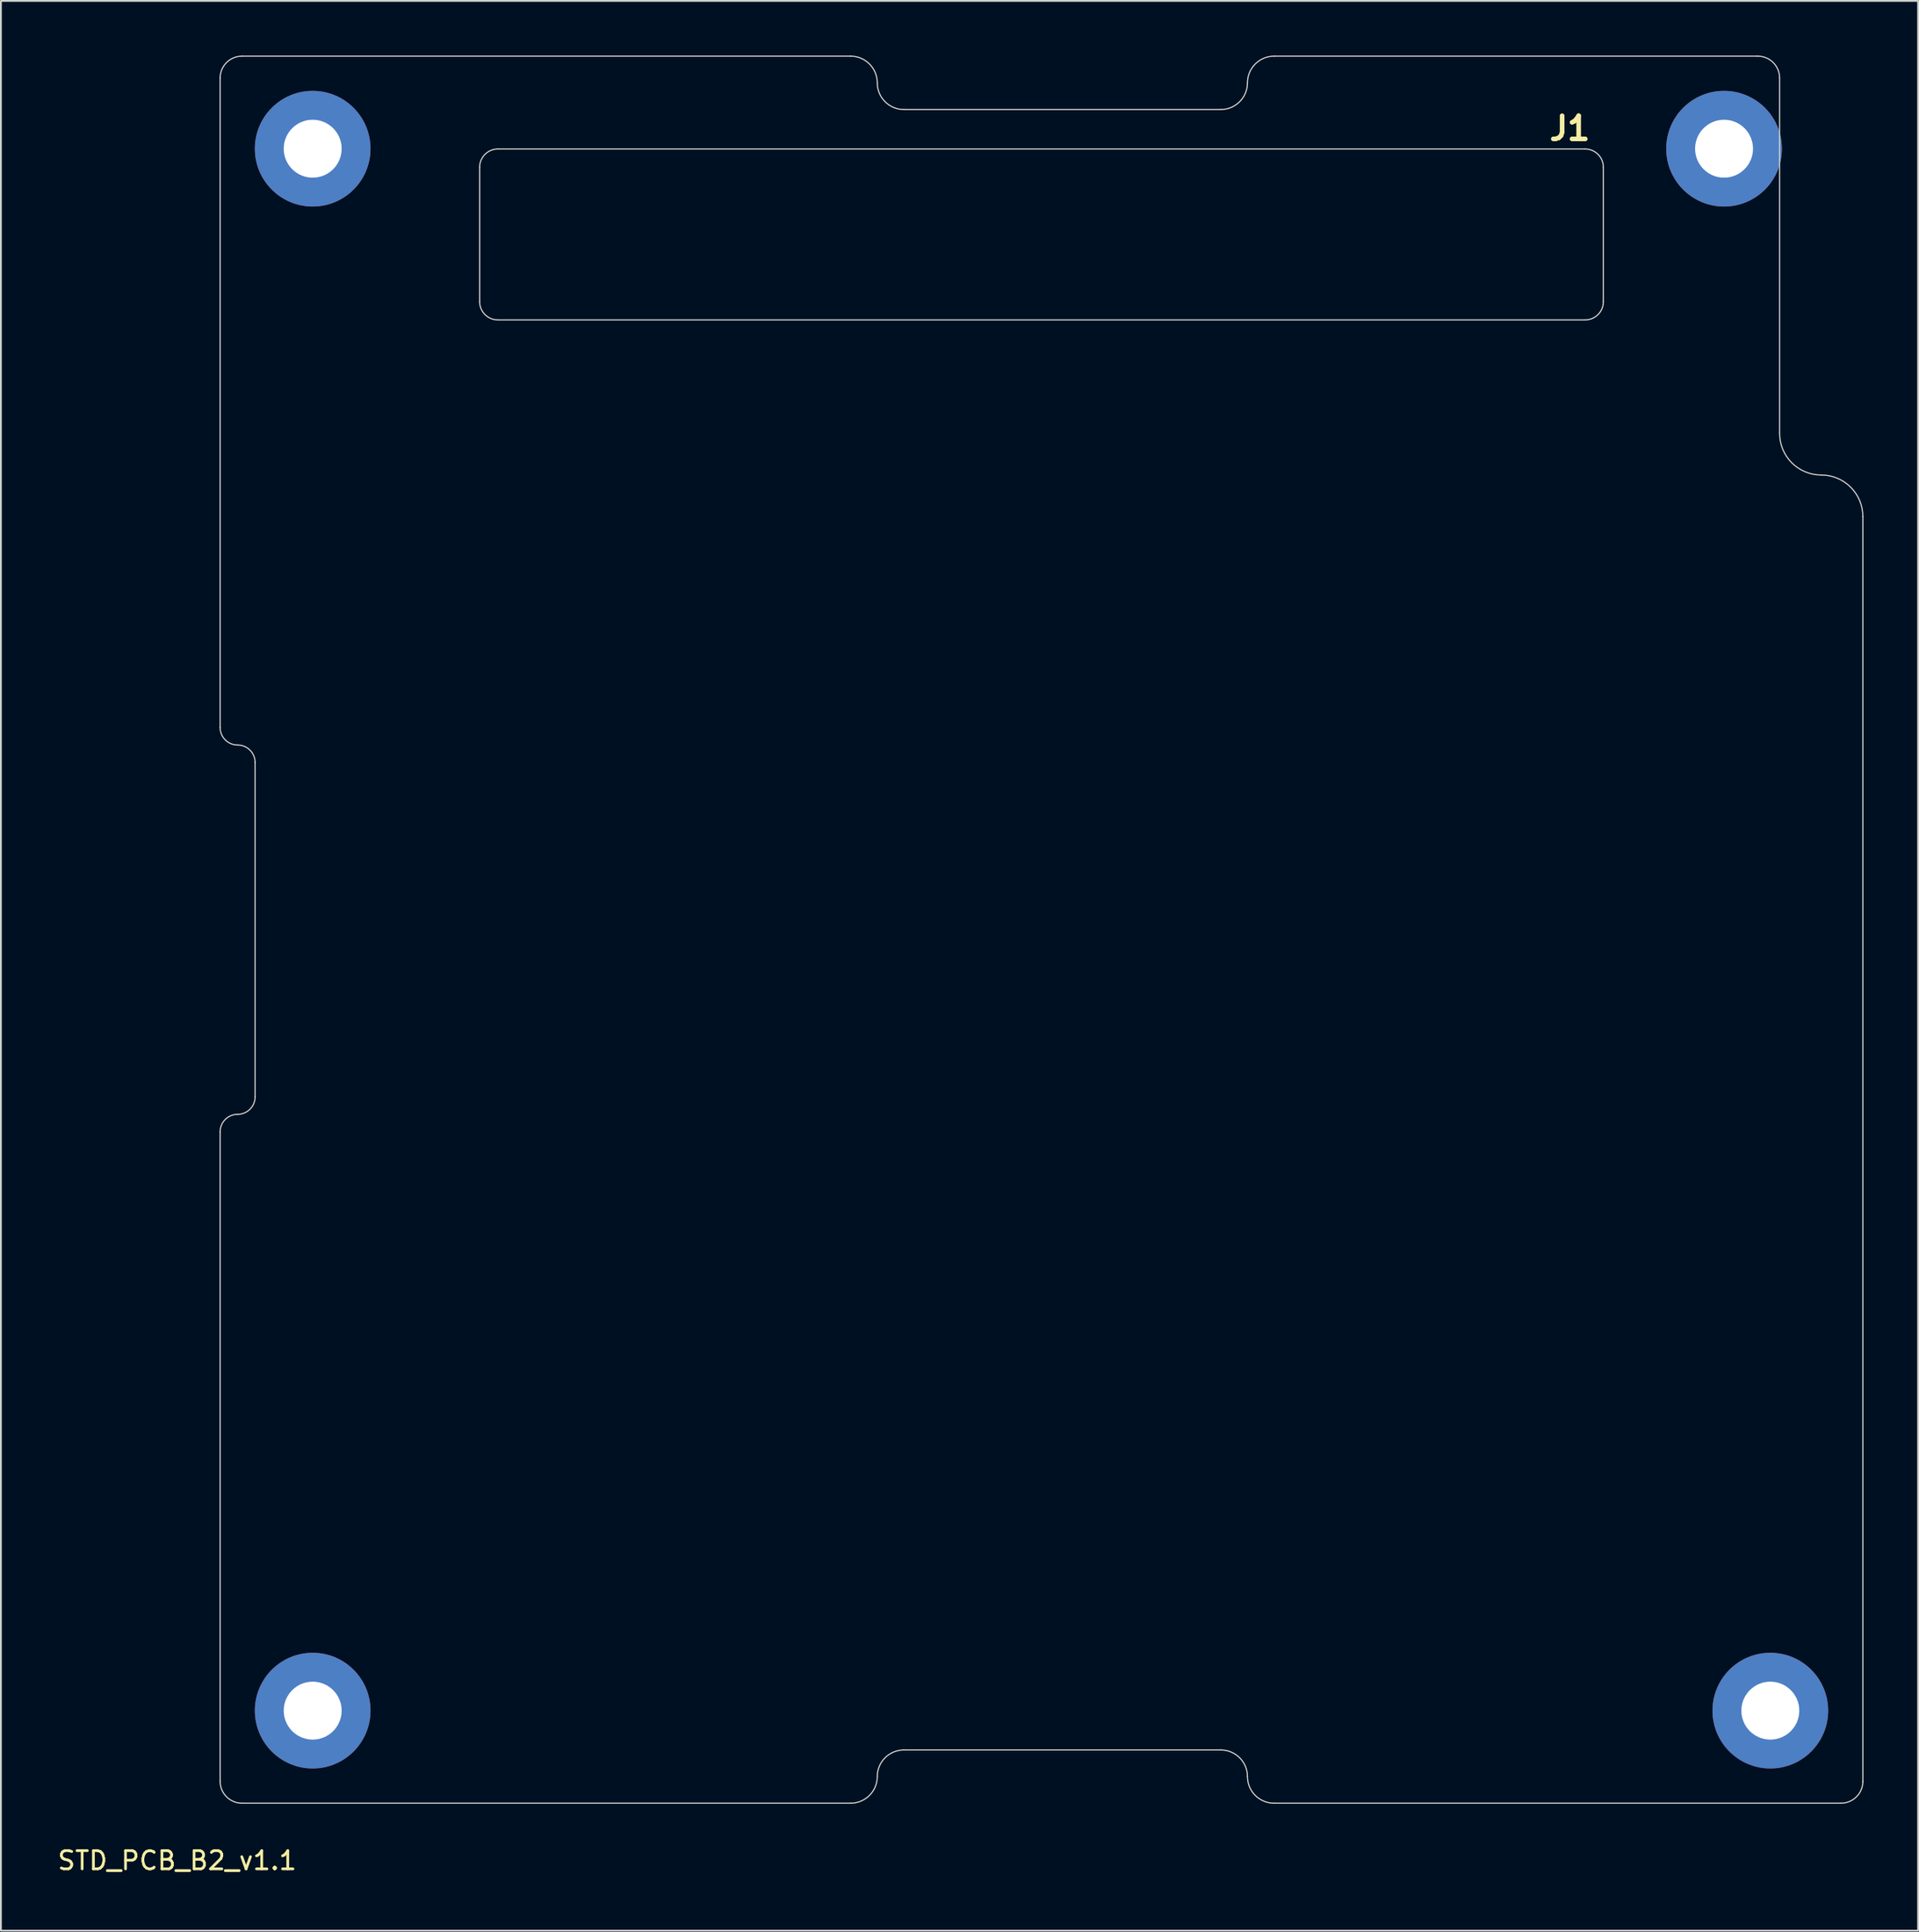
<source format=kicad_pcb>
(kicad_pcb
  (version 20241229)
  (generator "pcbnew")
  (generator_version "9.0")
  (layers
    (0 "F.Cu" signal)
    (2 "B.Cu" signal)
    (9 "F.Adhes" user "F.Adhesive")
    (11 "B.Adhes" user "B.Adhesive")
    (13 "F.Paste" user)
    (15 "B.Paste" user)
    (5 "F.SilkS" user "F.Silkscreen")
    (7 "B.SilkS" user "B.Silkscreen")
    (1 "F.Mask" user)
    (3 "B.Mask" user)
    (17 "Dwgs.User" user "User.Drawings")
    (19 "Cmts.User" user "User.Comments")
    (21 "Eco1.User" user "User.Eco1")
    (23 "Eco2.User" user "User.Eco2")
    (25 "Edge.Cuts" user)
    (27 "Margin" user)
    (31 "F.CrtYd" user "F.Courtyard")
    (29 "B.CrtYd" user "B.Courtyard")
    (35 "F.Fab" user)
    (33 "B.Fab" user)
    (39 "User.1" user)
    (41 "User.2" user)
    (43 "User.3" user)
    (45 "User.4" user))
  (footprint "STD_PCB_B2_v1.1"
    (layer "F.Cu")
    (at 9.033 95.922)
    (property "Reference" "STD_PCB_B2_v1.1" (at -2.36 3.15 0) (layer "F.SilkS") (effects (font (size 1 1) (thickness 0.15))))
    (attr through_hole)
    (fp_line (start 0 -59.04) (end 0 -94.69) (stroke (width 0.064) (type solid)) (layer "Edge.Cuts"))
    (fp_line (start 0 -1.2) (end 0 -36.85) (stroke (width 0.064) (type solid)) (layer "Edge.Cuts"))
    (fp_line (start 1.2 -95.89) (end 34.605 -95.89) (stroke (width 0.064) (type solid)) (layer "Edge.Cuts"))
    (fp_line (start 1.2 0) (end 34.61 0) (stroke (width 0.064) (type solid)) (layer "Edge.Cuts"))
    (fp_line (start 1.92 -38.77) (end 1.92 -57.12) (stroke (width 0.064) (type solid)) (layer "Edge.Cuts"))
    (fp_line (start 14.245 -89.793) (end 14.245 -82.413) (stroke (width 0.064) (type solid)) (layer "Edge.Cuts"))
    (fp_line (start 15.245 -81.413) (end 74.925 -81.413) (stroke (width 0.064) (type solid)) (layer "Edge.Cuts"))
    (fp_line (start 37.53 -2.92) (end 54.93 -2.92) (stroke (width 0.064) (type solid)) (layer "Edge.Cuts"))
    (fp_line (start 37.535 -92.96) (end 54.925 -92.96) (stroke (width 0.064) (type solid)) (layer "Edge.Cuts"))
    (fp_line (start 57.85 0) (end 88.97 0) (stroke (width 0.064) (type solid)) (layer "Edge.Cuts"))
    (fp_line (start 57.855 -95.89) (end 84.4 -95.89) (stroke (width 0.064) (type solid)) (layer "Edge.Cuts"))
    (fp_line (start 74.925 -90.793) (end 15.245 -90.793) (stroke (width 0.064) (type solid)) (layer "Edge.Cuts"))
    (fp_line (start 75.925 -82.413) (end 75.925 -89.793) (stroke (width 0.064) (type solid)) (layer "Edge.Cuts"))
    (fp_line (start 85.6 -75.185) (end 85.6 -94.69) (stroke (width 0.064) (type solid)) (layer "Edge.Cuts"))
    (fp_line (start 90.17 -1.2) (end 90.17 -70.615) (stroke (width 0.064) (type solid)) (layer "Edge.Cuts"))
    (fp_arc (start 0 -94.69) (mid 0.351472 -95.538528) (end 1.2 -95.89) (stroke (width 0.0635) (type solid)) (layer "Edge.Cuts"))
    (fp_arc (start 0 -36.85) (mid 0.281177 -37.528823) (end 0.96 -37.81) (stroke (width 0.0635) (type solid)) (layer "Edge.Cuts"))
    (fp_arc (start 0.96 -58.08) (mid 0.281177 -58.361177) (end 0 -59.04) (stroke (width 0.0635) (type solid)) (layer "Edge.Cuts"))
    (fp_arc (start 0.96 -58.08) (mid 1.638823 -57.798823) (end 1.92 -57.12) (stroke (width 0.0635) (type solid)) (layer "Edge.Cuts"))
    (fp_arc (start 1.2 0) (mid 0.351472 -0.351472) (end 0 -1.2) (stroke (width 0.0635) (type solid)) (layer "Edge.Cuts"))
    (fp_arc (start 1.92 -38.77) (mid 1.638823 -38.091177) (end 0.96 -37.81) (stroke (width 0.0635) (type solid)) (layer "Edge.Cuts"))
    (fp_arc (start 14.245 -89.793) (mid 14.537893 -90.500107) (end 15.245 -90.793) (stroke (width 0.0635) (type solid)) (layer "Edge.Cuts"))
    (fp_arc (start 15.245 -81.413) (mid 14.537893 -81.705893) (end 14.245 -82.413) (stroke (width 0.0635) (type solid)) (layer "Edge.Cuts"))
    (fp_arc (start 34.605 -95.89) (mid 35.640911 -95.460911) (end 36.07 -94.425) (stroke (width 0.0635) (type solid)) (layer "Edge.Cuts"))
    (fp_arc (start 36.07 -1.46) (mid 35.642376 -0.427624) (end 34.61 0) (stroke (width 0.0635) (type solid)) (layer "Edge.Cuts"))
    (fp_arc (start 36.07 -1.46) (mid 36.497624 -2.492376) (end 37.53 -2.92) (stroke (width 0.0635) (type solid)) (layer "Edge.Cuts"))
    (fp_arc (start 37.535 -92.96) (mid 36.499089 -93.389089) (end 36.07 -94.425) (stroke (width 0.0635) (type solid)) (layer "Edge.Cuts"))
    (fp_arc (start 54.93 -2.92) (mid 55.962376 -2.492376) (end 56.39 -1.46) (stroke (width 0.0635) (type solid)) (layer "Edge.Cuts"))
    (fp_arc (start 56.39 -94.425) (mid 55.960911 -93.389089) (end 54.925 -92.96) (stroke (width 0.0635) (type solid)) (layer "Edge.Cuts"))
    (fp_arc (start 56.39 -94.425) (mid 56.819089 -95.460911) (end 57.855 -95.89) (stroke (width 0.0635) (type solid)) (layer "Edge.Cuts"))
    (fp_arc (start 57.85 0) (mid 56.817624 -0.427624) (end 56.39 -1.46) (stroke (width 0.0635) (type solid)) (layer "Edge.Cuts"))
    (fp_arc (start 74.925 -90.793) (mid 75.632107 -90.500107) (end 75.925 -89.793) (stroke (width 0.0635) (type solid)) (layer "Edge.Cuts"))
    (fp_arc (start 75.925 -82.413) (mid 75.632107 -81.705893) (end 74.925 -81.413) (stroke (width 0.0635) (type solid)) (layer "Edge.Cuts"))
    (fp_arc (start 84.4 -95.89) (mid 85.248528 -95.538528) (end 85.6 -94.69) (stroke (width 0.0635) (type solid)) (layer "Edge.Cuts"))
    (fp_arc (start 87.885 -72.9) (mid 86.269261 -73.569261) (end 85.6 -75.185) (stroke (width 0.0635) (type solid)) (layer "Edge.Cuts"))
    (fp_arc (start 87.885 -72.9) (mid 89.500739 -72.230739) (end 90.17 -70.615) (stroke (width 0.0635) (type solid)) (layer "Edge.Cuts"))
    (fp_arc (start 90.17 -1.2) (mid 89.818528 -0.351472) (end 88.97 0) (stroke (width 0.0635) (type solid)) (layer "Edge.Cuts"))
    (fp_text user "J1" (at 74.085 -91.923 0) (layer "F.SilkS") (effects (font (size 1.27 1.27) (thickness 0.254))))
    (pad "" np_thru_hole circle (at 5.08 -90.81) (size 6.35 6.35) (drill 3.18) (layers "*.Cu" "*.Mask"))
    (pad "" np_thru_hole circle (at 5.08 -5.08) (size 6.35 6.35) (drill 3.18) (layers "*.Cu" "*.Mask"))
    (pad "" np_thru_hole circle (at 82.55 -90.81) (size 6.35 6.35) (drill 3.18) (layers "*.Cu" "*.Mask"))
    (pad "" np_thru_hole circle (at 85.09 -5.08) (size 6.35 6.35) (drill 3.18) (layers "*.Cu" "*.Mask")))
  (gr_rect
    (start -3 -3)
    (end 102.234 102.92)
    (stroke (width 0.1) (type default))
    (fill no)
    (layer "Edge.Cuts")))
</source>
